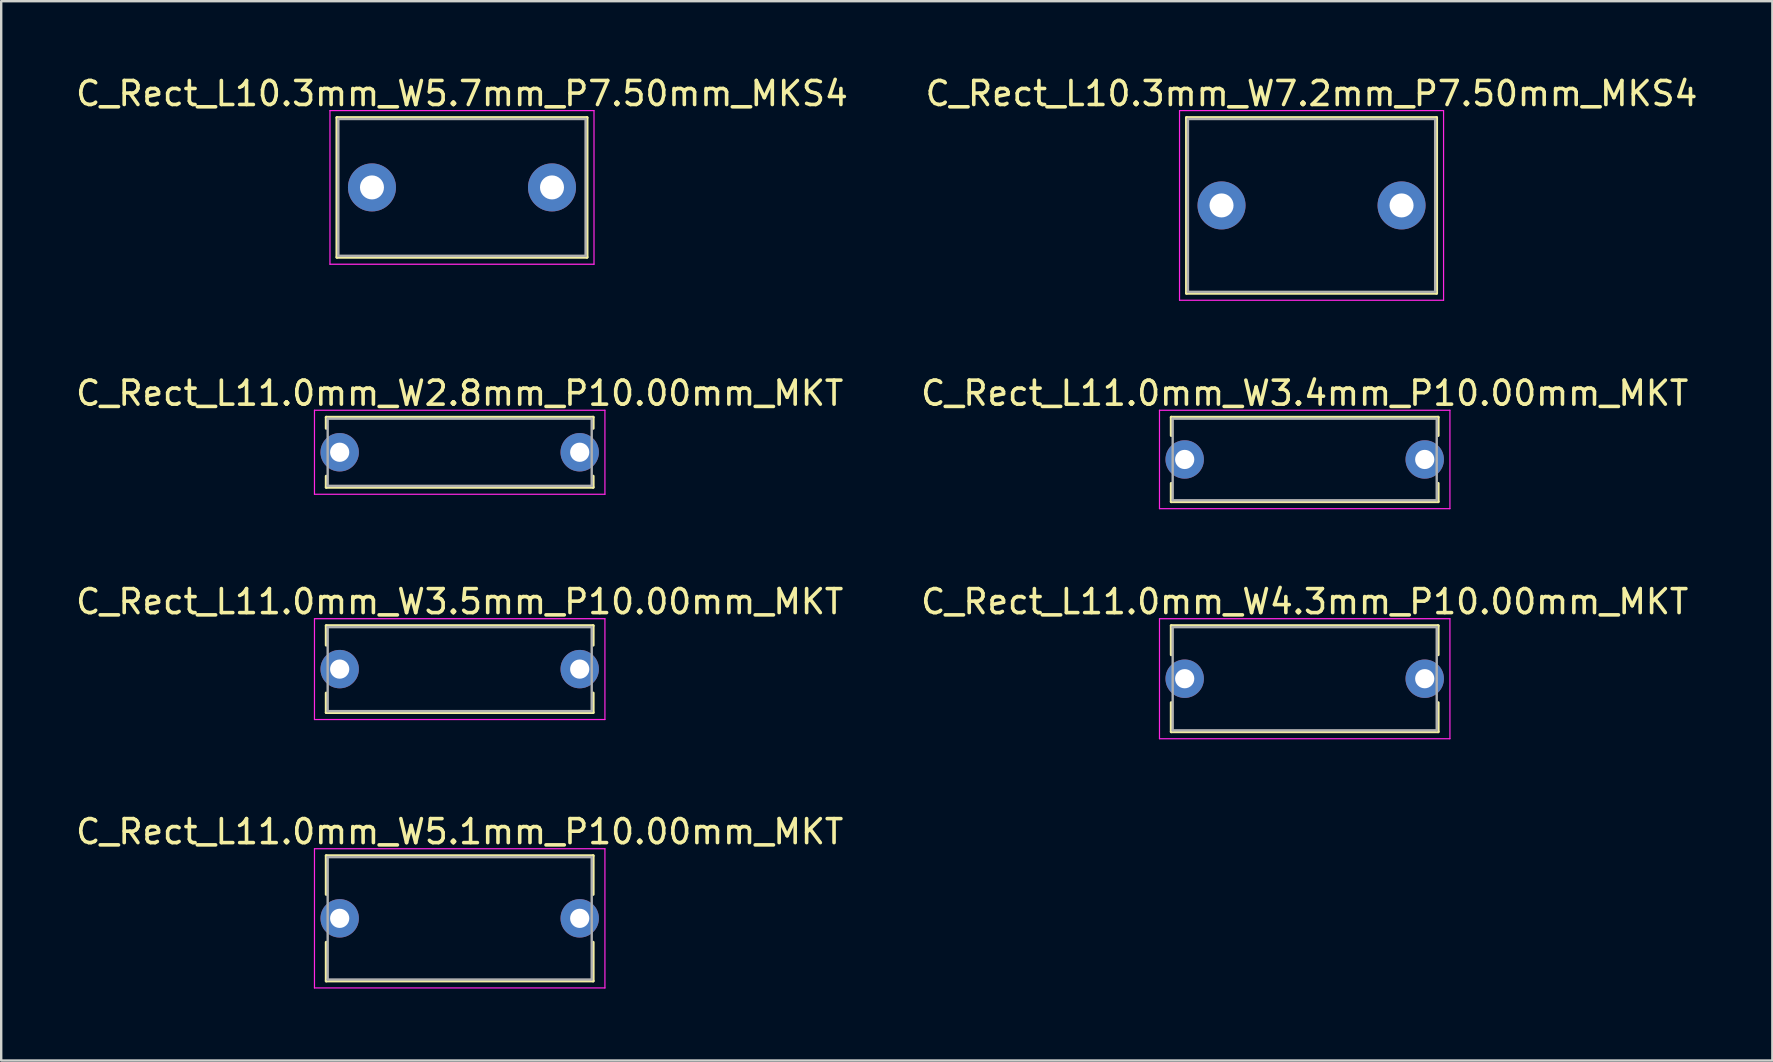
<source format=kicad_pcb>
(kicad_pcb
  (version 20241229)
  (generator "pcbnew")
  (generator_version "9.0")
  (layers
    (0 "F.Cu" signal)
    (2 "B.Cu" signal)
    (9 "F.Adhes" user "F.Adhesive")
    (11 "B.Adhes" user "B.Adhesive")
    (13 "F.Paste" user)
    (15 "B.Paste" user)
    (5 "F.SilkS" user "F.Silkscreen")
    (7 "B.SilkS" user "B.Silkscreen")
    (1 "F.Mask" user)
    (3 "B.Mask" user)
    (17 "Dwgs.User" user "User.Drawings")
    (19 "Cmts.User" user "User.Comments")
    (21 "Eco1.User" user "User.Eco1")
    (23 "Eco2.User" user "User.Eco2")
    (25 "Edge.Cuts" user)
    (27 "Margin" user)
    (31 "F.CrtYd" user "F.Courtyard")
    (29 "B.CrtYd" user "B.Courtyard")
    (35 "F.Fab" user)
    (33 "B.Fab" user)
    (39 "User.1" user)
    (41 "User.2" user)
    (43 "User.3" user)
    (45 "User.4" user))
  (footprint "C_Rect_L11.0mm_W3.4mm_P10.00mm_MKT"
    (layer "F.Cu")
    (at 46.304 16.091)
    (property "Reference" "C_Rect_L11.0mm_W3.4mm_P10.00mm_MKT" (at 5 -2.76 0) (layer "F.SilkS") (effects (font (size 1 1) (thickness 0.15))))
    (attr through_hole)
    (fp_line (start -0.56 -1.76) (end -0.56 -0.996) (stroke (width 0.12) (type solid)) (layer "F.SilkS"))
    (fp_line (start -0.56 -1.76) (end 10.56 -1.76) (stroke (width 0.12) (type solid)) (layer "F.SilkS"))
    (fp_line (start -0.56 0.996) (end -0.56 1.76) (stroke (width 0.12) (type solid)) (layer "F.SilkS"))
    (fp_line (start -0.56 1.76) (end 10.56 1.76) (stroke (width 0.12) (type solid)) (layer "F.SilkS"))
    (fp_line (start 10.56 -1.76) (end 10.56 -0.996) (stroke (width 0.12) (type solid)) (layer "F.SilkS"))
    (fp_line (start 10.56 0.996) (end 10.56 1.76) (stroke (width 0.12) (type solid)) (layer "F.SilkS"))
    (fp_line (start -1.05 -2.05) (end -1.05 2.05) (stroke (width 0.05) (type solid)) (layer "F.CrtYd"))
    (fp_line (start -1.05 2.05) (end 11.05 2.05) (stroke (width 0.05) (type solid)) (layer "F.CrtYd"))
    (fp_line (start 11.05 -2.05) (end -1.05 -2.05) (stroke (width 0.05) (type solid)) (layer "F.CrtYd"))
    (fp_line (start 11.05 2.05) (end 11.05 -2.05) (stroke (width 0.05) (type solid)) (layer "F.CrtYd"))
    (fp_line (start -0.5 -1.7) (end -0.5 1.7) (stroke (width 0.1) (type solid)) (layer "F.Fab"))
    (fp_line (start -0.5 1.7) (end 10.5 1.7) (stroke (width 0.1) (type solid)) (layer "F.Fab"))
    (fp_line (start 10.5 -1.7) (end -0.5 -1.7) (stroke (width 0.1) (type solid)) (layer "F.Fab"))
    (fp_line (start 10.5 1.7) (end 10.5 -1.7) (stroke (width 0.1) (type solid)) (layer "F.Fab"))
    (pad "1" thru_hole circle (at 0 0) (size 1.6 1.6) (drill 0.8) (layers "*.Cu" "*.Mask"))
    (pad "2" thru_hole circle (at 10 0) (size 1.6 1.6) (drill 0.8) (layers "*.Cu" "*.Mask")))
  (footprint "C_Rect_L11.0mm_W4.3mm_P10.00mm_MKT"
    (layer "F.Cu")
    (at 46.304 25.225)
    (property "Reference" "C_Rect_L11.0mm_W4.3mm_P10.00mm_MKT" (at 5 -3.21 0) (layer "F.SilkS") (effects (font (size 1 1) (thickness 0.15))))
    (attr through_hole)
    (fp_line (start -0.56 -2.21) (end -0.56 -0.996) (stroke (width 0.12) (type solid)) (layer "F.SilkS"))
    (fp_line (start -0.56 -2.21) (end 10.56 -2.21) (stroke (width 0.12) (type solid)) (layer "F.SilkS"))
    (fp_line (start -0.56 0.996) (end -0.56 2.21) (stroke (width 0.12) (type solid)) (layer "F.SilkS"))
    (fp_line (start -0.56 2.21) (end 10.56 2.21) (stroke (width 0.12) (type solid)) (layer "F.SilkS"))
    (fp_line (start 10.56 -2.21) (end 10.56 -0.996) (stroke (width 0.12) (type solid)) (layer "F.SilkS"))
    (fp_line (start 10.56 0.996) (end 10.56 2.21) (stroke (width 0.12) (type solid)) (layer "F.SilkS"))
    (fp_line (start -1.05 -2.5) (end -1.05 2.5) (stroke (width 0.05) (type solid)) (layer "F.CrtYd"))
    (fp_line (start -1.05 2.5) (end 11.05 2.5) (stroke (width 0.05) (type solid)) (layer "F.CrtYd"))
    (fp_line (start 11.05 -2.5) (end -1.05 -2.5) (stroke (width 0.05) (type solid)) (layer "F.CrtYd"))
    (fp_line (start 11.05 2.5) (end 11.05 -2.5) (stroke (width 0.05) (type solid)) (layer "F.CrtYd"))
    (fp_line (start -0.5 -2.15) (end -0.5 2.15) (stroke (width 0.1) (type solid)) (layer "F.Fab"))
    (fp_line (start -0.5 2.15) (end 10.5 2.15) (stroke (width 0.1) (type solid)) (layer "F.Fab"))
    (fp_line (start 10.5 -2.15) (end -0.5 -2.15) (stroke (width 0.1) (type solid)) (layer "F.Fab"))
    (fp_line (start 10.5 2.15) (end 10.5 -2.15) (stroke (width 0.1) (type solid)) (layer "F.Fab"))
    (pad "1" thru_hole circle (at 0 0) (size 1.6 1.6) (drill 0.8) (layers "*.Cu" "*.Mask"))
    (pad "2" thru_hole circle (at 10 0) (size 1.6 1.6) (drill 0.8) (layers "*.Cu" "*.Mask")))
  (footprint "C_Rect_L10.3mm_W7.2mm_P7.50mm_MKS4"
    (layer "F.Cu")
    (at 47.839 5.508)
    (property "Reference" "C_Rect_L10.3mm_W7.2mm_P7.50mm_MKS4" (at 3.75 -4.66 0) (layer "F.SilkS") (effects (font (size 1 1) (thickness 0.15))))
    (attr through_hole)
    (fp_line (start -1.46 -3.66) (end -1.46 3.66) (stroke (width 0.12) (type solid)) (layer "F.SilkS"))
    (fp_line (start -1.46 -3.66) (end 8.96 -3.66) (stroke (width 0.12) (type solid)) (layer "F.SilkS"))
    (fp_line (start -1.46 3.66) (end 8.96 3.66) (stroke (width 0.12) (type solid)) (layer "F.SilkS"))
    (fp_line (start 8.96 -3.66) (end 8.96 3.66) (stroke (width 0.12) (type solid)) (layer "F.SilkS"))
    (fp_line (start -1.75 -3.95) (end -1.75 3.95) (stroke (width 0.05) (type solid)) (layer "F.CrtYd"))
    (fp_line (start -1.75 3.95) (end 9.25 3.95) (stroke (width 0.05) (type solid)) (layer "F.CrtYd"))
    (fp_line (start 9.25 -3.95) (end -1.75 -3.95) (stroke (width 0.05) (type solid)) (layer "F.CrtYd"))
    (fp_line (start 9.25 3.95) (end 9.25 -3.95) (stroke (width 0.05) (type solid)) (layer "F.CrtYd"))
    (fp_line (start -1.4 -3.6) (end -1.4 3.6) (stroke (width 0.1) (type solid)) (layer "F.Fab"))
    (fp_line (start -1.4 3.6) (end 8.9 3.6) (stroke (width 0.1) (type solid)) (layer "F.Fab"))
    (fp_line (start 8.9 -3.6) (end -1.4 -3.6) (stroke (width 0.1) (type solid)) (layer "F.Fab"))
    (fp_line (start 8.9 3.6) (end 8.9 -3.6) (stroke (width 0.1) (type solid)) (layer "F.Fab"))
    (pad "1" thru_hole circle (at 0 0) (size 2 2) (drill 1) (layers "*.Cu" "*.Mask"))
    (pad "2" thru_hole circle (at 7.5 0) (size 2 2) (drill 1) (layers "*.Cu" "*.Mask")))
  (footprint "C_Rect_L11.0mm_W2.8mm_P10.00mm_MKT"
    (layer "F.Cu")
    (at 11.101 15.791)
    (property "Reference" "C_Rect_L11.0mm_W2.8mm_P10.00mm_MKT" (at 5 -2.46 0) (layer "F.SilkS") (effects (font (size 1 1) (thickness 0.15))))
    (attr through_hole)
    (fp_line (start -0.56 -1.46) (end -0.56 -0.996) (stroke (width 0.12) (type solid)) (layer "F.SilkS"))
    (fp_line (start -0.56 -1.46) (end 10.56 -1.46) (stroke (width 0.12) (type solid)) (layer "F.SilkS"))
    (fp_line (start -0.56 0.996) (end -0.56 1.46) (stroke (width 0.12) (type solid)) (layer "F.SilkS"))
    (fp_line (start -0.56 1.46) (end 10.56 1.46) (stroke (width 0.12) (type solid)) (layer "F.SilkS"))
    (fp_line (start 10.56 -1.46) (end 10.56 -0.996) (stroke (width 0.12) (type solid)) (layer "F.SilkS"))
    (fp_line (start 10.56 0.996) (end 10.56 1.46) (stroke (width 0.12) (type solid)) (layer "F.SilkS"))
    (fp_line (start -1.05 -1.75) (end -1.05 1.75) (stroke (width 0.05) (type solid)) (layer "F.CrtYd"))
    (fp_line (start -1.05 1.75) (end 11.05 1.75) (stroke (width 0.05) (type solid)) (layer "F.CrtYd"))
    (fp_line (start 11.05 -1.75) (end -1.05 -1.75) (stroke (width 0.05) (type solid)) (layer "F.CrtYd"))
    (fp_line (start 11.05 1.75) (end 11.05 -1.75) (stroke (width 0.05) (type solid)) (layer "F.CrtYd"))
    (fp_line (start -0.5 -1.4) (end -0.5 1.4) (stroke (width 0.1) (type solid)) (layer "F.Fab"))
    (fp_line (start -0.5 1.4) (end 10.5 1.4) (stroke (width 0.1) (type solid)) (layer "F.Fab"))
    (fp_line (start 10.5 -1.4) (end -0.5 -1.4) (stroke (width 0.1) (type solid)) (layer "F.Fab"))
    (fp_line (start 10.5 1.4) (end 10.5 -1.4) (stroke (width 0.1) (type solid)) (layer "F.Fab"))
    (pad "1" thru_hole circle (at 0 0) (size 1.6 1.6) (drill 0.8) (layers "*.Cu" "*.Mask"))
    (pad "2" thru_hole circle (at 10 0) (size 1.6 1.6) (drill 0.8) (layers "*.Cu" "*.Mask")))
  (footprint "C_Rect_L11.0mm_W5.1mm_P10.00mm_MKT"
    (layer "F.Cu")
    (at 11.101 35.208)
    (property "Reference" "C_Rect_L11.0mm_W5.1mm_P10.00mm_MKT" (at 5 -3.61 0) (layer "F.SilkS") (effects (font (size 1 1) (thickness 0.15))))
    (attr through_hole)
    (fp_line (start -0.56 -2.61) (end -0.56 -0.996) (stroke (width 0.12) (type solid)) (layer "F.SilkS"))
    (fp_line (start -0.56 -2.61) (end 10.56 -2.61) (stroke (width 0.12) (type solid)) (layer "F.SilkS"))
    (fp_line (start -0.56 0.996) (end -0.56 2.61) (stroke (width 0.12) (type solid)) (layer "F.SilkS"))
    (fp_line (start -0.56 2.61) (end 10.56 2.61) (stroke (width 0.12) (type solid)) (layer "F.SilkS"))
    (fp_line (start 10.56 -2.61) (end 10.56 -0.996) (stroke (width 0.12) (type solid)) (layer "F.SilkS"))
    (fp_line (start 10.56 0.996) (end 10.56 2.61) (stroke (width 0.12) (type solid)) (layer "F.SilkS"))
    (fp_line (start -1.05 -2.9) (end -1.05 2.9) (stroke (width 0.05) (type solid)) (layer "F.CrtYd"))
    (fp_line (start -1.05 2.9) (end 11.05 2.9) (stroke (width 0.05) (type solid)) (layer "F.CrtYd"))
    (fp_line (start 11.05 -2.9) (end -1.05 -2.9) (stroke (width 0.05) (type solid)) (layer "F.CrtYd"))
    (fp_line (start 11.05 2.9) (end 11.05 -2.9) (stroke (width 0.05) (type solid)) (layer "F.CrtYd"))
    (fp_line (start -0.5 -2.55) (end -0.5 2.55) (stroke (width 0.1) (type solid)) (layer "F.Fab"))
    (fp_line (start -0.5 2.55) (end 10.5 2.55) (stroke (width 0.1) (type solid)) (layer "F.Fab"))
    (fp_line (start 10.5 -2.55) (end -0.5 -2.55) (stroke (width 0.1) (type solid)) (layer "F.Fab"))
    (fp_line (start 10.5 2.55) (end 10.5 -2.55) (stroke (width 0.1) (type solid)) (layer "F.Fab"))
    (pad "1" thru_hole circle (at 0 0) (size 1.6 1.6) (drill 0.8) (layers "*.Cu" "*.Mask"))
    (pad "2" thru_hole circle (at 10 0) (size 1.6 1.6) (drill 0.8) (layers "*.Cu" "*.Mask")))
  (footprint "C_Rect_L11.0mm_W3.5mm_P10.00mm_MKT"
    (layer "F.Cu")
    (at 11.101 24.825)
    (property "Reference" "C_Rect_L11.0mm_W3.5mm_P10.00mm_MKT" (at 5 -2.81 0) (layer "F.SilkS") (effects (font (size 1 1) (thickness 0.15))))
    (attr through_hole)
    (fp_line (start -0.56 -1.81) (end -0.56 -0.996) (stroke (width 0.12) (type solid)) (layer "F.SilkS"))
    (fp_line (start -0.56 -1.81) (end 10.56 -1.81) (stroke (width 0.12) (type solid)) (layer "F.SilkS"))
    (fp_line (start -0.56 0.996) (end -0.56 1.81) (stroke (width 0.12) (type solid)) (layer "F.SilkS"))
    (fp_line (start -0.56 1.81) (end 10.56 1.81) (stroke (width 0.12) (type solid)) (layer "F.SilkS"))
    (fp_line (start 10.56 -1.81) (end 10.56 -0.996) (stroke (width 0.12) (type solid)) (layer "F.SilkS"))
    (fp_line (start 10.56 0.996) (end 10.56 1.81) (stroke (width 0.12) (type solid)) (layer "F.SilkS"))
    (fp_line (start -1.05 -2.1) (end -1.05 2.1) (stroke (width 0.05) (type solid)) (layer "F.CrtYd"))
    (fp_line (start -1.05 2.1) (end 11.05 2.1) (stroke (width 0.05) (type solid)) (layer "F.CrtYd"))
    (fp_line (start 11.05 -2.1) (end -1.05 -2.1) (stroke (width 0.05) (type solid)) (layer "F.CrtYd"))
    (fp_line (start 11.05 2.1) (end 11.05 -2.1) (stroke (width 0.05) (type solid)) (layer "F.CrtYd"))
    (fp_line (start -0.5 -1.75) (end -0.5 1.75) (stroke (width 0.1) (type solid)) (layer "F.Fab"))
    (fp_line (start -0.5 1.75) (end 10.5 1.75) (stroke (width 0.1) (type solid)) (layer "F.Fab"))
    (fp_line (start 10.5 -1.75) (end -0.5 -1.75) (stroke (width 0.1) (type solid)) (layer "F.Fab"))
    (fp_line (start 10.5 1.75) (end 10.5 -1.75) (stroke (width 0.1) (type solid)) (layer "F.Fab"))
    (pad "1" thru_hole circle (at 0 0) (size 1.6 1.6) (drill 0.8) (layers "*.Cu" "*.Mask"))
    (pad "2" thru_hole circle (at 10 0) (size 1.6 1.6) (drill 0.8) (layers "*.Cu" "*.Mask")))
  (footprint "C_Rect_L10.3mm_W5.7mm_P7.50mm_MKS4"
    (layer "F.Cu")
    (at 12.446 4.758)
    (property "Reference" "C_Rect_L10.3mm_W5.7mm_P7.50mm_MKS4" (at 3.75 -3.91 0) (layer "F.SilkS") (effects (font (size 1 1) (thickness 0.15))))
    (attr through_hole)
    (fp_line (start -1.46 -2.91) (end -1.46 2.91) (stroke (width 0.12) (type solid)) (layer "F.SilkS"))
    (fp_line (start -1.46 -2.91) (end 8.96 -2.91) (stroke (width 0.12) (type solid)) (layer "F.SilkS"))
    (fp_line (start -1.46 2.91) (end 8.96 2.91) (stroke (width 0.12) (type solid)) (layer "F.SilkS"))
    (fp_line (start 8.96 -2.91) (end 8.96 2.91) (stroke (width 0.12) (type solid)) (layer "F.SilkS"))
    (fp_line (start -1.75 -3.2) (end -1.75 3.2) (stroke (width 0.05) (type solid)) (layer "F.CrtYd"))
    (fp_line (start -1.75 3.2) (end 9.25 3.2) (stroke (width 0.05) (type solid)) (layer "F.CrtYd"))
    (fp_line (start 9.25 -3.2) (end -1.75 -3.2) (stroke (width 0.05) (type solid)) (layer "F.CrtYd"))
    (fp_line (start 9.25 3.2) (end 9.25 -3.2) (stroke (width 0.05) (type solid)) (layer "F.CrtYd"))
    (fp_line (start -1.4 -2.85) (end -1.4 2.85) (stroke (width 0.1) (type solid)) (layer "F.Fab"))
    (fp_line (start -1.4 2.85) (end 8.9 2.85) (stroke (width 0.1) (type solid)) (layer "F.Fab"))
    (fp_line (start 8.9 -2.85) (end -1.4 -2.85) (stroke (width 0.1) (type solid)) (layer "F.Fab"))
    (fp_line (start 8.9 2.85) (end 8.9 -2.85) (stroke (width 0.1) (type solid)) (layer "F.Fab"))
    (pad "1" thru_hole circle (at 0 0) (size 2 2) (drill 1) (layers "*.Cu" "*.Mask"))
    (pad "2" thru_hole circle (at 7.5 0) (size 2 2) (drill 1) (layers "*.Cu" "*.Mask")))
  (gr_rect
    (start -3 -3)
    (end 70.786 41.133)
    (stroke (width 0.1) (type default))
    (fill no)
    (layer "Edge.Cuts")))
</source>
